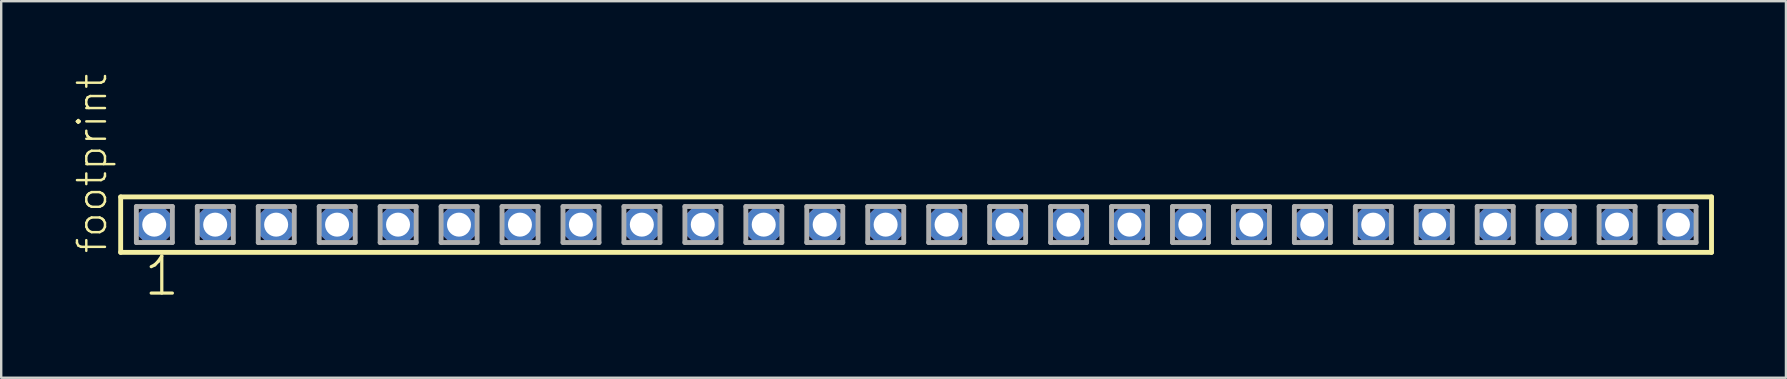
<source format=kicad_pcb>
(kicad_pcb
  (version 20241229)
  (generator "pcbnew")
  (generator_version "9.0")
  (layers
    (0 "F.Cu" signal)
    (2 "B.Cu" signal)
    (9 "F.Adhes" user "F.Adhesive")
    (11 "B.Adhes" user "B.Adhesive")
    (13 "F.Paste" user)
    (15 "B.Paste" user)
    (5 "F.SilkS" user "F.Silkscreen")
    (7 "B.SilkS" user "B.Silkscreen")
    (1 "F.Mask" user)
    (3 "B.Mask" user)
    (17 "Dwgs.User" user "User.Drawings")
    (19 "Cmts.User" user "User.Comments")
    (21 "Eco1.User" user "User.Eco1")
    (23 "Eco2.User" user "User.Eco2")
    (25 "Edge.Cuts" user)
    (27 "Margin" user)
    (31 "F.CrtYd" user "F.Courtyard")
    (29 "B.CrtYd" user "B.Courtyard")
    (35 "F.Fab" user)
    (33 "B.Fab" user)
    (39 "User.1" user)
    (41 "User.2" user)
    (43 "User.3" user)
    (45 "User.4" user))
  (footprint "footprint"
    (layer "F.Cu")
    (at 35.128 6.312)
    (property "Reference" "footprint" (at -33.655 1.27 90) (layer "F.SilkS") (effects (font (size 1.168 1.168) (thickness 0.102)) (justify left bottom)))
    (fp_line (start -33.149 -1.155) (end 33.149 -1.155) (stroke (width 0.203) (type solid)) (layer "F.SilkS"))
    (fp_line (start -33.149 1.155) (end -33.149 -1.155) (stroke (width 0.203) (type solid)) (layer "F.SilkS"))
    (fp_line (start 33.149 -1.155) (end 33.149 1.155) (stroke (width 0.203) (type solid)) (layer "F.SilkS"))
    (fp_line (start 33.149 1.155) (end -33.149 1.155) (stroke (width 0.203) (type solid)) (layer "F.SilkS"))
    (fp_line (start -32.495 -0.755) (end -30.995 -0.755) (stroke (width 0.203) (type solid)) (layer "F.Fab"))
    (fp_line (start -32.495 0.745) (end -32.495 -0.755) (stroke (width 0.203) (type solid)) (layer "F.Fab"))
    (fp_line (start -30.995 -0.755) (end -30.995 0.745) (stroke (width 0.203) (type solid)) (layer "F.Fab"))
    (fp_line (start -30.995 0.745) (end -32.495 0.745) (stroke (width 0.203) (type solid)) (layer "F.Fab"))
    (fp_line (start -29.955 -0.755) (end -28.455 -0.755) (stroke (width 0.203) (type solid)) (layer "F.Fab"))
    (fp_line (start -29.955 0.745) (end -29.955 -0.755) (stroke (width 0.203) (type solid)) (layer "F.Fab"))
    (fp_line (start -28.455 -0.755) (end -28.455 0.745) (stroke (width 0.203) (type solid)) (layer "F.Fab"))
    (fp_line (start -28.455 0.745) (end -29.955 0.745) (stroke (width 0.203) (type solid)) (layer "F.Fab"))
    (fp_line (start -27.415 -0.755) (end -25.915 -0.755) (stroke (width 0.203) (type solid)) (layer "F.Fab"))
    (fp_line (start -27.415 0.745) (end -27.415 -0.755) (stroke (width 0.203) (type solid)) (layer "F.Fab"))
    (fp_line (start -25.915 -0.755) (end -25.915 0.745) (stroke (width 0.203) (type solid)) (layer "F.Fab"))
    (fp_line (start -25.915 0.745) (end -27.415 0.745) (stroke (width 0.203) (type solid)) (layer "F.Fab"))
    (fp_line (start -24.875 -0.755) (end -23.375 -0.755) (stroke (width 0.203) (type solid)) (layer "F.Fab"))
    (fp_line (start -24.875 0.745) (end -24.875 -0.755) (stroke (width 0.203) (type solid)) (layer "F.Fab"))
    (fp_line (start -23.375 -0.755) (end -23.375 0.745) (stroke (width 0.203) (type solid)) (layer "F.Fab"))
    (fp_line (start -23.375 0.745) (end -24.875 0.745) (stroke (width 0.203) (type solid)) (layer "F.Fab"))
    (fp_line (start -22.335 -0.755) (end -20.835 -0.755) (stroke (width 0.203) (type solid)) (layer "F.Fab"))
    (fp_line (start -22.335 0.745) (end -22.335 -0.755) (stroke (width 0.203) (type solid)) (layer "F.Fab"))
    (fp_line (start -20.835 -0.755) (end -20.835 0.745) (stroke (width 0.203) (type solid)) (layer "F.Fab"))
    (fp_line (start -20.835 0.745) (end -22.335 0.745) (stroke (width 0.203) (type solid)) (layer "F.Fab"))
    (fp_line (start -19.795 -0.755) (end -18.295 -0.755) (stroke (width 0.203) (type solid)) (layer "F.Fab"))
    (fp_line (start -19.795 0.745) (end -19.795 -0.755) (stroke (width 0.203) (type solid)) (layer "F.Fab"))
    (fp_line (start -18.295 -0.755) (end -18.295 0.745) (stroke (width 0.203) (type solid)) (layer "F.Fab"))
    (fp_line (start -18.295 0.745) (end -19.795 0.745) (stroke (width 0.203) (type solid)) (layer "F.Fab"))
    (fp_line (start -17.255 -0.755) (end -15.755 -0.755) (stroke (width 0.203) (type solid)) (layer "F.Fab"))
    (fp_line (start -17.255 0.745) (end -17.255 -0.755) (stroke (width 0.203) (type solid)) (layer "F.Fab"))
    (fp_line (start -15.755 -0.755) (end -15.755 0.745) (stroke (width 0.203) (type solid)) (layer "F.Fab"))
    (fp_line (start -15.755 0.745) (end -17.255 0.745) (stroke (width 0.203) (type solid)) (layer "F.Fab"))
    (fp_line (start -14.715 -0.755) (end -13.215 -0.755) (stroke (width 0.203) (type solid)) (layer "F.Fab"))
    (fp_line (start -14.715 0.745) (end -14.715 -0.755) (stroke (width 0.203) (type solid)) (layer "F.Fab"))
    (fp_line (start -13.215 -0.755) (end -13.215 0.745) (stroke (width 0.203) (type solid)) (layer "F.Fab"))
    (fp_line (start -13.215 0.745) (end -14.715 0.745) (stroke (width 0.203) (type solid)) (layer "F.Fab"))
    (fp_line (start -12.175 -0.755) (end -10.675 -0.755) (stroke (width 0.203) (type solid)) (layer "F.Fab"))
    (fp_line (start -12.175 0.745) (end -12.175 -0.755) (stroke (width 0.203) (type solid)) (layer "F.Fab"))
    (fp_line (start -10.675 -0.755) (end -10.675 0.745) (stroke (width 0.203) (type solid)) (layer "F.Fab"))
    (fp_line (start -10.675 0.745) (end -12.175 0.745) (stroke (width 0.203) (type solid)) (layer "F.Fab"))
    (fp_line (start -9.635 -0.755) (end -8.135 -0.755) (stroke (width 0.203) (type solid)) (layer "F.Fab"))
    (fp_line (start -9.635 0.745) (end -9.635 -0.755) (stroke (width 0.203) (type solid)) (layer "F.Fab"))
    (fp_line (start -8.135 -0.755) (end -8.135 0.745) (stroke (width 0.203) (type solid)) (layer "F.Fab"))
    (fp_line (start -8.135 0.745) (end -9.635 0.745) (stroke (width 0.203) (type solid)) (layer "F.Fab"))
    (fp_line (start -7.095 -0.755) (end -5.595 -0.755) (stroke (width 0.203) (type solid)) (layer "F.Fab"))
    (fp_line (start -7.095 0.745) (end -7.095 -0.755) (stroke (width 0.203) (type solid)) (layer "F.Fab"))
    (fp_line (start -5.595 -0.755) (end -5.595 0.745) (stroke (width 0.203) (type solid)) (layer "F.Fab"))
    (fp_line (start -5.595 0.745) (end -7.095 0.745) (stroke (width 0.203) (type solid)) (layer "F.Fab"))
    (fp_line (start -4.555 -0.755) (end -3.055 -0.755) (stroke (width 0.203) (type solid)) (layer "F.Fab"))
    (fp_line (start -4.555 0.745) (end -4.555 -0.755) (stroke (width 0.203) (type solid)) (layer "F.Fab"))
    (fp_line (start -3.055 -0.755) (end -3.055 0.745) (stroke (width 0.203) (type solid)) (layer "F.Fab"))
    (fp_line (start -3.055 0.745) (end -4.555 0.745) (stroke (width 0.203) (type solid)) (layer "F.Fab"))
    (fp_line (start -2.015 -0.755) (end -0.515 -0.755) (stroke (width 0.203) (type solid)) (layer "F.Fab"))
    (fp_line (start -2.015 0.745) (end -2.015 -0.755) (stroke (width 0.203) (type solid)) (layer "F.Fab"))
    (fp_line (start -0.515 -0.755) (end -0.515 0.745) (stroke (width 0.203) (type solid)) (layer "F.Fab"))
    (fp_line (start -0.515 0.745) (end -2.015 0.745) (stroke (width 0.203) (type solid)) (layer "F.Fab"))
    (fp_line (start 0.525 -0.755) (end 2.025 -0.755) (stroke (width 0.203) (type solid)) (layer "F.Fab"))
    (fp_line (start 0.525 0.745) (end 0.525 -0.755) (stroke (width 0.203) (type solid)) (layer "F.Fab"))
    (fp_line (start 2.025 -0.755) (end 2.025 0.745) (stroke (width 0.203) (type solid)) (layer "F.Fab"))
    (fp_line (start 2.025 0.745) (end 0.525 0.745) (stroke (width 0.203) (type solid)) (layer "F.Fab"))
    (fp_line (start 3.065 -0.755) (end 4.565 -0.755) (stroke (width 0.203) (type solid)) (layer "F.Fab"))
    (fp_line (start 3.065 0.745) (end 3.065 -0.755) (stroke (width 0.203) (type solid)) (layer "F.Fab"))
    (fp_line (start 4.565 -0.755) (end 4.565 0.745) (stroke (width 0.203) (type solid)) (layer "F.Fab"))
    (fp_line (start 4.565 0.745) (end 3.065 0.745) (stroke (width 0.203) (type solid)) (layer "F.Fab"))
    (fp_line (start 5.605 -0.755) (end 7.105 -0.755) (stroke (width 0.203) (type solid)) (layer "F.Fab"))
    (fp_line (start 5.605 0.745) (end 5.605 -0.755) (stroke (width 0.203) (type solid)) (layer "F.Fab"))
    (fp_line (start 7.105 -0.755) (end 7.105 0.745) (stroke (width 0.203) (type solid)) (layer "F.Fab"))
    (fp_line (start 7.105 0.745) (end 5.605 0.745) (stroke (width 0.203) (type solid)) (layer "F.Fab"))
    (fp_line (start 8.145 -0.755) (end 9.645 -0.755) (stroke (width 0.203) (type solid)) (layer "F.Fab"))
    (fp_line (start 8.145 0.745) (end 8.145 -0.755) (stroke (width 0.203) (type solid)) (layer "F.Fab"))
    (fp_line (start 9.645 -0.755) (end 9.645 0.745) (stroke (width 0.203) (type solid)) (layer "F.Fab"))
    (fp_line (start 9.645 0.745) (end 8.145 0.745) (stroke (width 0.203) (type solid)) (layer "F.Fab"))
    (fp_line (start 10.685 -0.755) (end 12.185 -0.755) (stroke (width 0.203) (type solid)) (layer "F.Fab"))
    (fp_line (start 10.685 0.745) (end 10.685 -0.755) (stroke (width 0.203) (type solid)) (layer "F.Fab"))
    (fp_line (start 12.185 -0.755) (end 12.185 0.745) (stroke (width 0.203) (type solid)) (layer "F.Fab"))
    (fp_line (start 12.185 0.745) (end 10.685 0.745) (stroke (width 0.203) (type solid)) (layer "F.Fab"))
    (fp_line (start 13.225 -0.755) (end 14.725 -0.755) (stroke (width 0.203) (type solid)) (layer "F.Fab"))
    (fp_line (start 13.225 0.745) (end 13.225 -0.755) (stroke (width 0.203) (type solid)) (layer "F.Fab"))
    (fp_line (start 14.725 -0.755) (end 14.725 0.745) (stroke (width 0.203) (type solid)) (layer "F.Fab"))
    (fp_line (start 14.725 0.745) (end 13.225 0.745) (stroke (width 0.203) (type solid)) (layer "F.Fab"))
    (fp_line (start 15.765 -0.755) (end 17.265 -0.755) (stroke (width 0.203) (type solid)) (layer "F.Fab"))
    (fp_line (start 15.765 0.745) (end 15.765 -0.755) (stroke (width 0.203) (type solid)) (layer "F.Fab"))
    (fp_line (start 17.265 -0.755) (end 17.265 0.745) (stroke (width 0.203) (type solid)) (layer "F.Fab"))
    (fp_line (start 17.265 0.745) (end 15.765 0.745) (stroke (width 0.203) (type solid)) (layer "F.Fab"))
    (fp_line (start 18.305 -0.755) (end 19.805 -0.755) (stroke (width 0.203) (type solid)) (layer "F.Fab"))
    (fp_line (start 18.305 0.745) (end 18.305 -0.755) (stroke (width 0.203) (type solid)) (layer "F.Fab"))
    (fp_line (start 19.805 -0.755) (end 19.805 0.745) (stroke (width 0.203) (type solid)) (layer "F.Fab"))
    (fp_line (start 19.805 0.745) (end 18.305 0.745) (stroke (width 0.203) (type solid)) (layer "F.Fab"))
    (fp_line (start 20.845 -0.755) (end 22.345 -0.755) (stroke (width 0.203) (type solid)) (layer "F.Fab"))
    (fp_line (start 20.845 0.745) (end 20.845 -0.755) (stroke (width 0.203) (type solid)) (layer "F.Fab"))
    (fp_line (start 22.345 -0.755) (end 22.345 0.745) (stroke (width 0.203) (type solid)) (layer "F.Fab"))
    (fp_line (start 22.345 0.745) (end 20.845 0.745) (stroke (width 0.203) (type solid)) (layer "F.Fab"))
    (fp_line (start 23.385 -0.755) (end 24.885 -0.755) (stroke (width 0.203) (type solid)) (layer "F.Fab"))
    (fp_line (start 23.385 0.745) (end 23.385 -0.755) (stroke (width 0.203) (type solid)) (layer "F.Fab"))
    (fp_line (start 24.885 -0.755) (end 24.885 0.745) (stroke (width 0.203) (type solid)) (layer "F.Fab"))
    (fp_line (start 24.885 0.745) (end 23.385 0.745) (stroke (width 0.203) (type solid)) (layer "F.Fab"))
    (fp_line (start 25.925 -0.755) (end 27.425 -0.755) (stroke (width 0.203) (type solid)) (layer "F.Fab"))
    (fp_line (start 25.925 0.745) (end 25.925 -0.755) (stroke (width 0.203) (type solid)) (layer "F.Fab"))
    (fp_line (start 27.425 -0.755) (end 27.425 0.745) (stroke (width 0.203) (type solid)) (layer "F.Fab"))
    (fp_line (start 27.425 0.745) (end 25.925 0.745) (stroke (width 0.203) (type solid)) (layer "F.Fab"))
    (fp_line (start 28.465 -0.755) (end 29.965 -0.755) (stroke (width 0.203) (type solid)) (layer "F.Fab"))
    (fp_line (start 28.465 0.745) (end 28.465 -0.755) (stroke (width 0.203) (type solid)) (layer "F.Fab"))
    (fp_line (start 29.965 -0.755) (end 29.965 0.745) (stroke (width 0.203) (type solid)) (layer "F.Fab"))
    (fp_line (start 29.965 0.745) (end 28.465 0.745) (stroke (width 0.203) (type solid)) (layer "F.Fab"))
    (fp_line (start 31.005 -0.755) (end 32.505 -0.755) (stroke (width 0.203) (type solid)) (layer "F.Fab"))
    (fp_line (start 31.005 0.745) (end 31.005 -0.755) (stroke (width 0.203) (type solid)) (layer "F.Fab"))
    (fp_line (start 32.505 -0.755) (end 32.505 0.745) (stroke (width 0.203) (type solid)) (layer "F.Fab"))
    (fp_line (start 32.505 0.745) (end 31.005 0.745) (stroke (width 0.203) (type solid)) (layer "F.Fab"))
    (fp_text user "1" (at -32.258 3.048 0) (layer "F.SilkS") (effects (font (size 1.542 1.542) (thickness 0.134)) (justify left bottom)))
    (pad "1" thru_hole roundrect (at -31.75 0) (size 1.5 1.5) (drill 1) (layers "*.Cu" "*.Mask") (roundrect_rratio 0.25) (chamfer_ratio 0.25) (chamfer top_left top_right bottom_left bottom_right))
    (pad "2" thru_hole roundrect (at -29.21 0) (size 1.5 1.5) (drill 1) (layers "*.Cu" "*.Mask") (roundrect_rratio 0.25) (chamfer_ratio 0.25) (chamfer top_left top_right bottom_left bottom_right))
    (pad "3" thru_hole roundrect (at -26.67 0) (size 1.5 1.5) (drill 1) (layers "*.Cu" "*.Mask") (roundrect_rratio 0.25) (chamfer_ratio 0.25) (chamfer top_left top_right bottom_left bottom_right))
    (pad "4" thru_hole roundrect (at -24.13 0) (size 1.5 1.5) (drill 1) (layers "*.Cu" "*.Mask") (roundrect_rratio 0.25) (chamfer_ratio 0.25) (chamfer top_left top_right bottom_left bottom_right))
    (pad "5" thru_hole roundrect (at -21.59 0) (size 1.5 1.5) (drill 1) (layers "*.Cu" "*.Mask") (roundrect_rratio 0.25) (chamfer_ratio 0.25) (chamfer top_left top_right bottom_left bottom_right))
    (pad "6" thru_hole roundrect (at -19.05 0) (size 1.5 1.5) (drill 1) (layers "*.Cu" "*.Mask") (roundrect_rratio 0.25) (chamfer_ratio 0.25) (chamfer top_left top_right bottom_left bottom_right))
    (pad "7" thru_hole roundrect (at -16.51 0) (size 1.5 1.5) (drill 1) (layers "*.Cu" "*.Mask") (roundrect_rratio 0.25) (chamfer_ratio 0.25) (chamfer top_left top_right bottom_left bottom_right))
    (pad "8" thru_hole roundrect (at -13.97 0) (size 1.5 1.5) (drill 1) (layers "*.Cu" "*.Mask") (roundrect_rratio 0.25) (chamfer_ratio 0.25) (chamfer top_left top_right bottom_left bottom_right))
    (pad "9" thru_hole roundrect (at -11.43 0) (size 1.5 1.5) (drill 1) (layers "*.Cu" "*.Mask") (roundrect_rratio 0.25) (chamfer_ratio 0.25) (chamfer top_left top_right bottom_left bottom_right))
    (pad "10" thru_hole roundrect (at -8.89 0) (size 1.5 1.5) (drill 1) (layers "*.Cu" "*.Mask") (roundrect_rratio 0.25) (chamfer_ratio 0.25) (chamfer top_left top_right bottom_left bottom_right))
    (pad "11" thru_hole roundrect (at -6.35 0) (size 1.5 1.5) (drill 1) (layers "*.Cu" "*.Mask") (roundrect_rratio 0.25) (chamfer_ratio 0.25) (chamfer top_left top_right bottom_left bottom_right))
    (pad "12" thru_hole roundrect (at -3.81 0) (size 1.5 1.5) (drill 1) (layers "*.Cu" "*.Mask") (roundrect_rratio 0.25) (chamfer_ratio 0.25) (chamfer top_left top_right bottom_left bottom_right))
    (pad "13" thru_hole roundrect (at -1.27 0) (size 1.5 1.5) (drill 1) (layers "*.Cu" "*.Mask") (roundrect_rratio 0.25) (chamfer_ratio 0.25) (chamfer top_left top_right bottom_left bottom_right))
    (pad "14" thru_hole roundrect (at 1.27 0) (size 1.5 1.5) (drill 1) (layers "*.Cu" "*.Mask") (roundrect_rratio 0.25) (chamfer_ratio 0.25) (chamfer top_left top_right bottom_left bottom_right))
    (pad "15" thru_hole roundrect (at 3.81 0) (size 1.5 1.5) (drill 1) (layers "*.Cu" "*.Mask") (roundrect_rratio 0.25) (chamfer_ratio 0.25) (chamfer top_left top_right bottom_left bottom_right))
    (pad "16" thru_hole roundrect (at 6.35 0) (size 1.5 1.5) (drill 1) (layers "*.Cu" "*.Mask") (roundrect_rratio 0.25) (chamfer_ratio 0.25) (chamfer top_left top_right bottom_left bottom_right))
    (pad "17" thru_hole roundrect (at 8.89 0) (size 1.5 1.5) (drill 1) (layers "*.Cu" "*.Mask") (roundrect_rratio 0.25) (chamfer_ratio 0.25) (chamfer top_left top_right bottom_left bottom_right))
    (pad "18" thru_hole roundrect (at 11.43 0) (size 1.5 1.5) (drill 1) (layers "*.Cu" "*.Mask") (roundrect_rratio 0.25) (chamfer_ratio 0.25) (chamfer top_left top_right bottom_left bottom_right))
    (pad "19" thru_hole roundrect (at 13.97 0) (size 1.5 1.5) (drill 1) (layers "*.Cu" "*.Mask") (roundrect_rratio 0.25) (chamfer_ratio 0.25) (chamfer top_left top_right bottom_left bottom_right))
    (pad "20" thru_hole roundrect (at 16.51 0) (size 1.5 1.5) (drill 1) (layers "*.Cu" "*.Mask") (roundrect_rratio 0.25) (chamfer_ratio 0.25) (chamfer top_left top_right bottom_left bottom_right))
    (pad "21" thru_hole roundrect (at 19.05 0) (size 1.5 1.5) (drill 1) (layers "*.Cu" "*.Mask") (roundrect_rratio 0.25) (chamfer_ratio 0.25) (chamfer top_left top_right bottom_left bottom_right))
    (pad "22" thru_hole roundrect (at 21.59 0) (size 1.5 1.5) (drill 1) (layers "*.Cu" "*.Mask") (roundrect_rratio 0.25) (chamfer_ratio 0.25) (chamfer top_left top_right bottom_left bottom_right))
    (pad "23" thru_hole roundrect (at 24.13 0) (size 1.5 1.5) (drill 1) (layers "*.Cu" "*.Mask") (roundrect_rratio 0.25) (chamfer_ratio 0.25) (chamfer top_left top_right bottom_left bottom_right))
    (pad "24" thru_hole roundrect (at 26.67 0) (size 1.5 1.5) (drill 1) (layers "*.Cu" "*.Mask") (roundrect_rratio 0.25) (chamfer_ratio 0.25) (chamfer top_left top_right bottom_left bottom_right))
    (pad "25" thru_hole roundrect (at 29.21 0) (size 1.5 1.5) (drill 1) (layers "*.Cu" "*.Mask") (roundrect_rratio 0.25) (chamfer_ratio 0.25) (chamfer top_left top_right bottom_left bottom_right))
    (pad "26" thru_hole roundrect (at 31.75 0) (size 1.5 1.5) (drill 1) (layers "*.Cu" "*.Mask") (roundrect_rratio 0.25) (chamfer_ratio 0.25) (chamfer top_left top_right bottom_left bottom_right)))
  (gr_rect
    (start -3 -3)
    (end 71.379 12.691)
    (stroke (width 0.1) (type default))
    (fill no)
    (layer "Edge.Cuts")))
</source>
